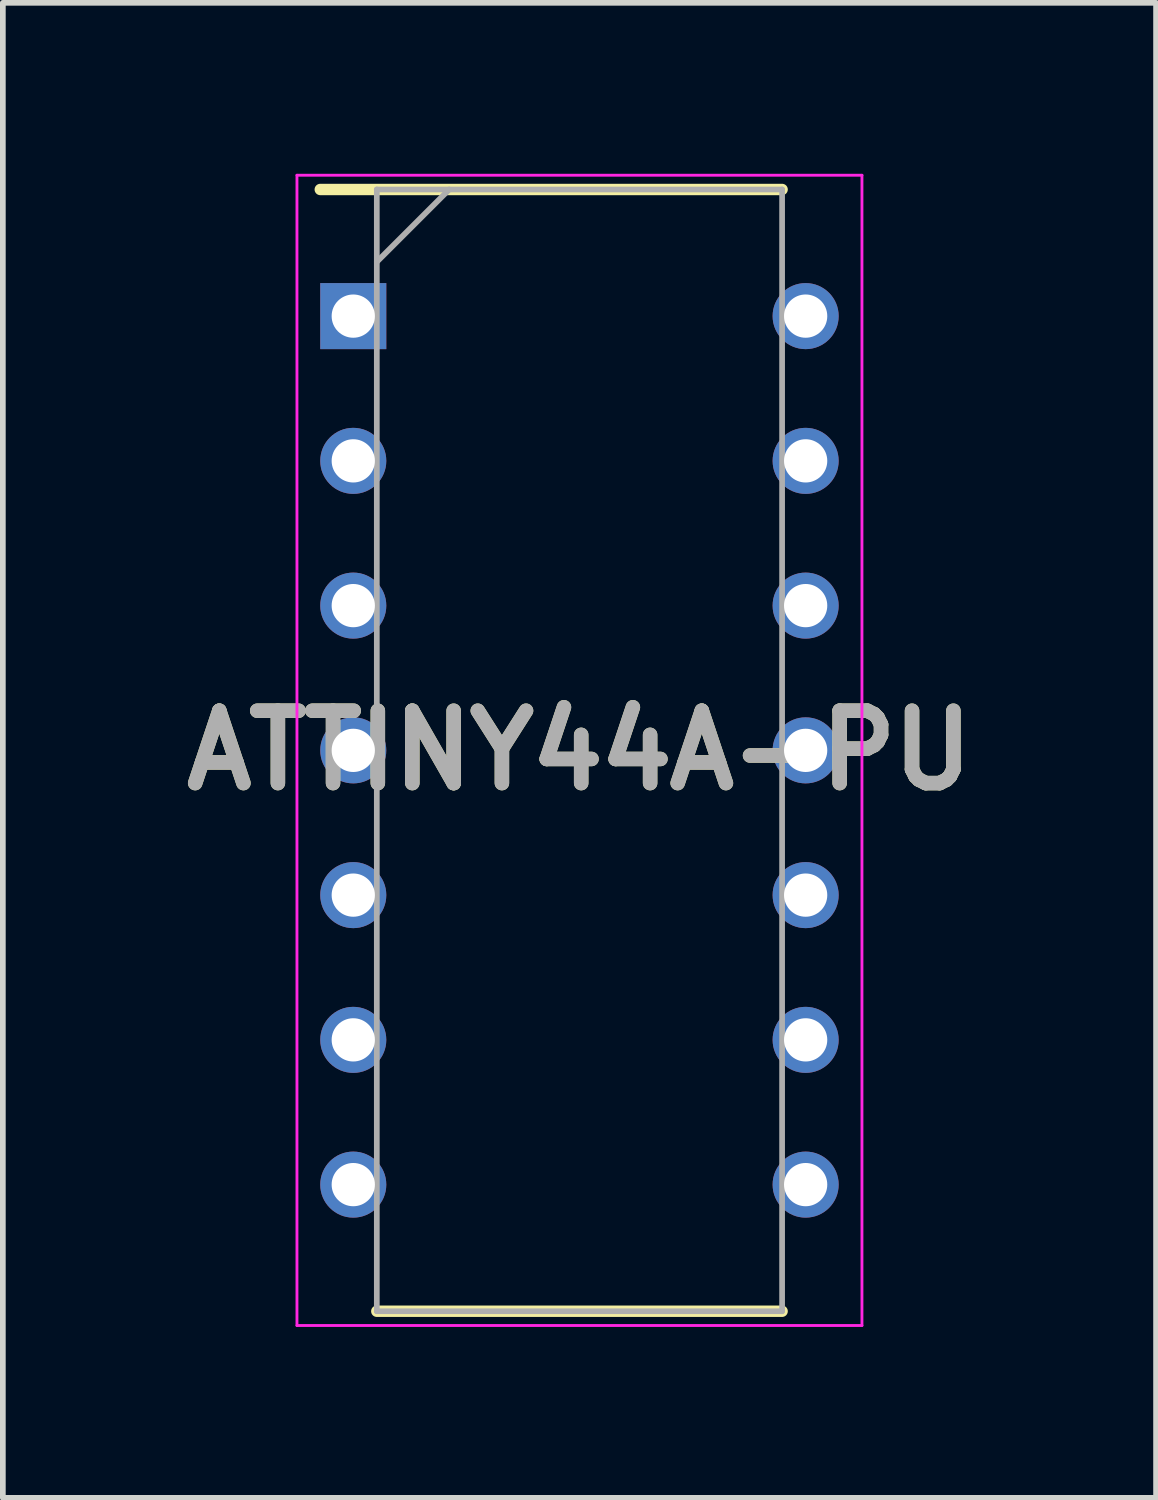
<source format=kicad_pcb>
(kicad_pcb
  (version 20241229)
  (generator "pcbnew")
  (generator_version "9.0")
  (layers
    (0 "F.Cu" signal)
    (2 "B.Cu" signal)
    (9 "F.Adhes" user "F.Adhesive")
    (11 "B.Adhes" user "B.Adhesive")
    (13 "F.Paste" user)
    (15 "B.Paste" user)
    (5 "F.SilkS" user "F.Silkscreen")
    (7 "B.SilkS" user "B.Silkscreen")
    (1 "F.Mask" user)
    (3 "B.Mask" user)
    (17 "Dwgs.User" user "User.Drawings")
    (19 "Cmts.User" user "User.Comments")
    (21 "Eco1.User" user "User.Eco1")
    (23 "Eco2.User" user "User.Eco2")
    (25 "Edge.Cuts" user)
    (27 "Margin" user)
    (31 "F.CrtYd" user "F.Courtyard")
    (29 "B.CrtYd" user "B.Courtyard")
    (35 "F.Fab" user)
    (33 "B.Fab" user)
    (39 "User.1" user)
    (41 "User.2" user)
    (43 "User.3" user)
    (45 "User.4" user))
  (footprint "ATTINY44A-PU"
    (layer "F.Cu")
    (at 7.118 10.117)
    (property "Reference" "ATTINY44A-PU" (at 0 0 0) (layer "F.SilkS") (effects (font (size 1.27 1.27) (thickness 0.254))))
    (attr through_hole)
    (fp_line (start -4.548 -9.842) (end 3.556 -9.842) (stroke (width 0.2) (type solid)) (layer "F.SilkS"))
    (fp_line (start -3.556 9.842) (end 3.556 9.842) (stroke (width 0.2) (type solid)) (layer "F.SilkS"))
    (fp_line (start -4.957 -10.092) (end 4.957 -10.092) (stroke (width 0.05) (type solid)) (layer "F.CrtYd"))
    (fp_line (start -4.957 10.092) (end -4.957 -10.092) (stroke (width 0.05) (type solid)) (layer "F.CrtYd"))
    (fp_line (start 4.957 -10.092) (end 4.957 10.092) (stroke (width 0.05) (type solid)) (layer "F.CrtYd"))
    (fp_line (start 4.957 10.092) (end -4.957 10.092) (stroke (width 0.05) (type solid)) (layer "F.CrtYd"))
    (fp_line (start -3.556 -9.842) (end 3.556 -9.842) (stroke (width 0.1) (type solid)) (layer "F.Fab"))
    (fp_line (start -3.556 -8.572) (end -2.286 -9.842) (stroke (width 0.1) (type solid)) (layer "F.Fab"))
    (fp_line (start -3.556 9.842) (end -3.556 -9.842) (stroke (width 0.1) (type solid)) (layer "F.Fab"))
    (fp_line (start 3.556 -9.842) (end 3.556 9.842) (stroke (width 0.1) (type solid)) (layer "F.Fab"))
    (fp_line (start 3.556 9.842) (end -3.556 9.842) (stroke (width 0.1) (type solid)) (layer "F.Fab"))
    (fp_text user "${REFERENCE}" (at 0 0 0) (layer "F.Fab") (effects (font (size 1.27 1.27) (thickness 0.254))))
    (pad "1" thru_hole rect (at -3.969 -7.62) (size 1.159 1.159) (drill 0.759) (layers "*.Cu" "*.Mask"))
    (pad "2" thru_hole circle (at -3.969 -5.08) (size 1.159 1.159) (drill 0.759) (layers "*.Cu" "*.Mask"))
    (pad "3" thru_hole circle (at -3.969 -2.54) (size 1.159 1.159) (drill 0.759) (layers "*.Cu" "*.Mask"))
    (pad "4" thru_hole circle (at -3.969 0) (size 1.159 1.159) (drill 0.759) (layers "*.Cu" "*.Mask"))
    (pad "5" thru_hole circle (at -3.969 2.54) (size 1.159 1.159) (drill 0.759) (layers "*.Cu" "*.Mask"))
    (pad "6" thru_hole circle (at -3.969 5.08) (size 1.159 1.159) (drill 0.759) (layers "*.Cu" "*.Mask"))
    (pad "7" thru_hole circle (at -3.969 7.62) (size 1.159 1.159) (drill 0.759) (layers "*.Cu" "*.Mask"))
    (pad "8" thru_hole circle (at 3.969 7.62) (size 1.159 1.159) (drill 0.759) (layers "*.Cu" "*.Mask"))
    (pad "9" thru_hole circle (at 3.969 5.08) (size 1.159 1.159) (drill 0.759) (layers "*.Cu" "*.Mask"))
    (pad "10" thru_hole circle (at 3.969 2.54) (size 1.159 1.159) (drill 0.759) (layers "*.Cu" "*.Mask"))
    (pad "11" thru_hole circle (at 3.969 0) (size 1.159 1.159) (drill 0.759) (layers "*.Cu" "*.Mask"))
    (pad "12" thru_hole circle (at 3.969 -2.54) (size 1.159 1.159) (drill 0.759) (layers "*.Cu" "*.Mask"))
    (pad "13" thru_hole circle (at 3.969 -5.08) (size 1.159 1.159) (drill 0.759) (layers "*.Cu" "*.Mask"))
    (pad "14" thru_hole circle (at 3.969 -7.62) (size 1.159 1.159) (drill 0.759) (layers "*.Cu" "*.Mask")))
  (gr_rect
    (start -3 -3)
    (end 17.236 23.234)
    (stroke (width 0.1) (type default))
    (fill no)
    (layer "Edge.Cuts")))
</source>
